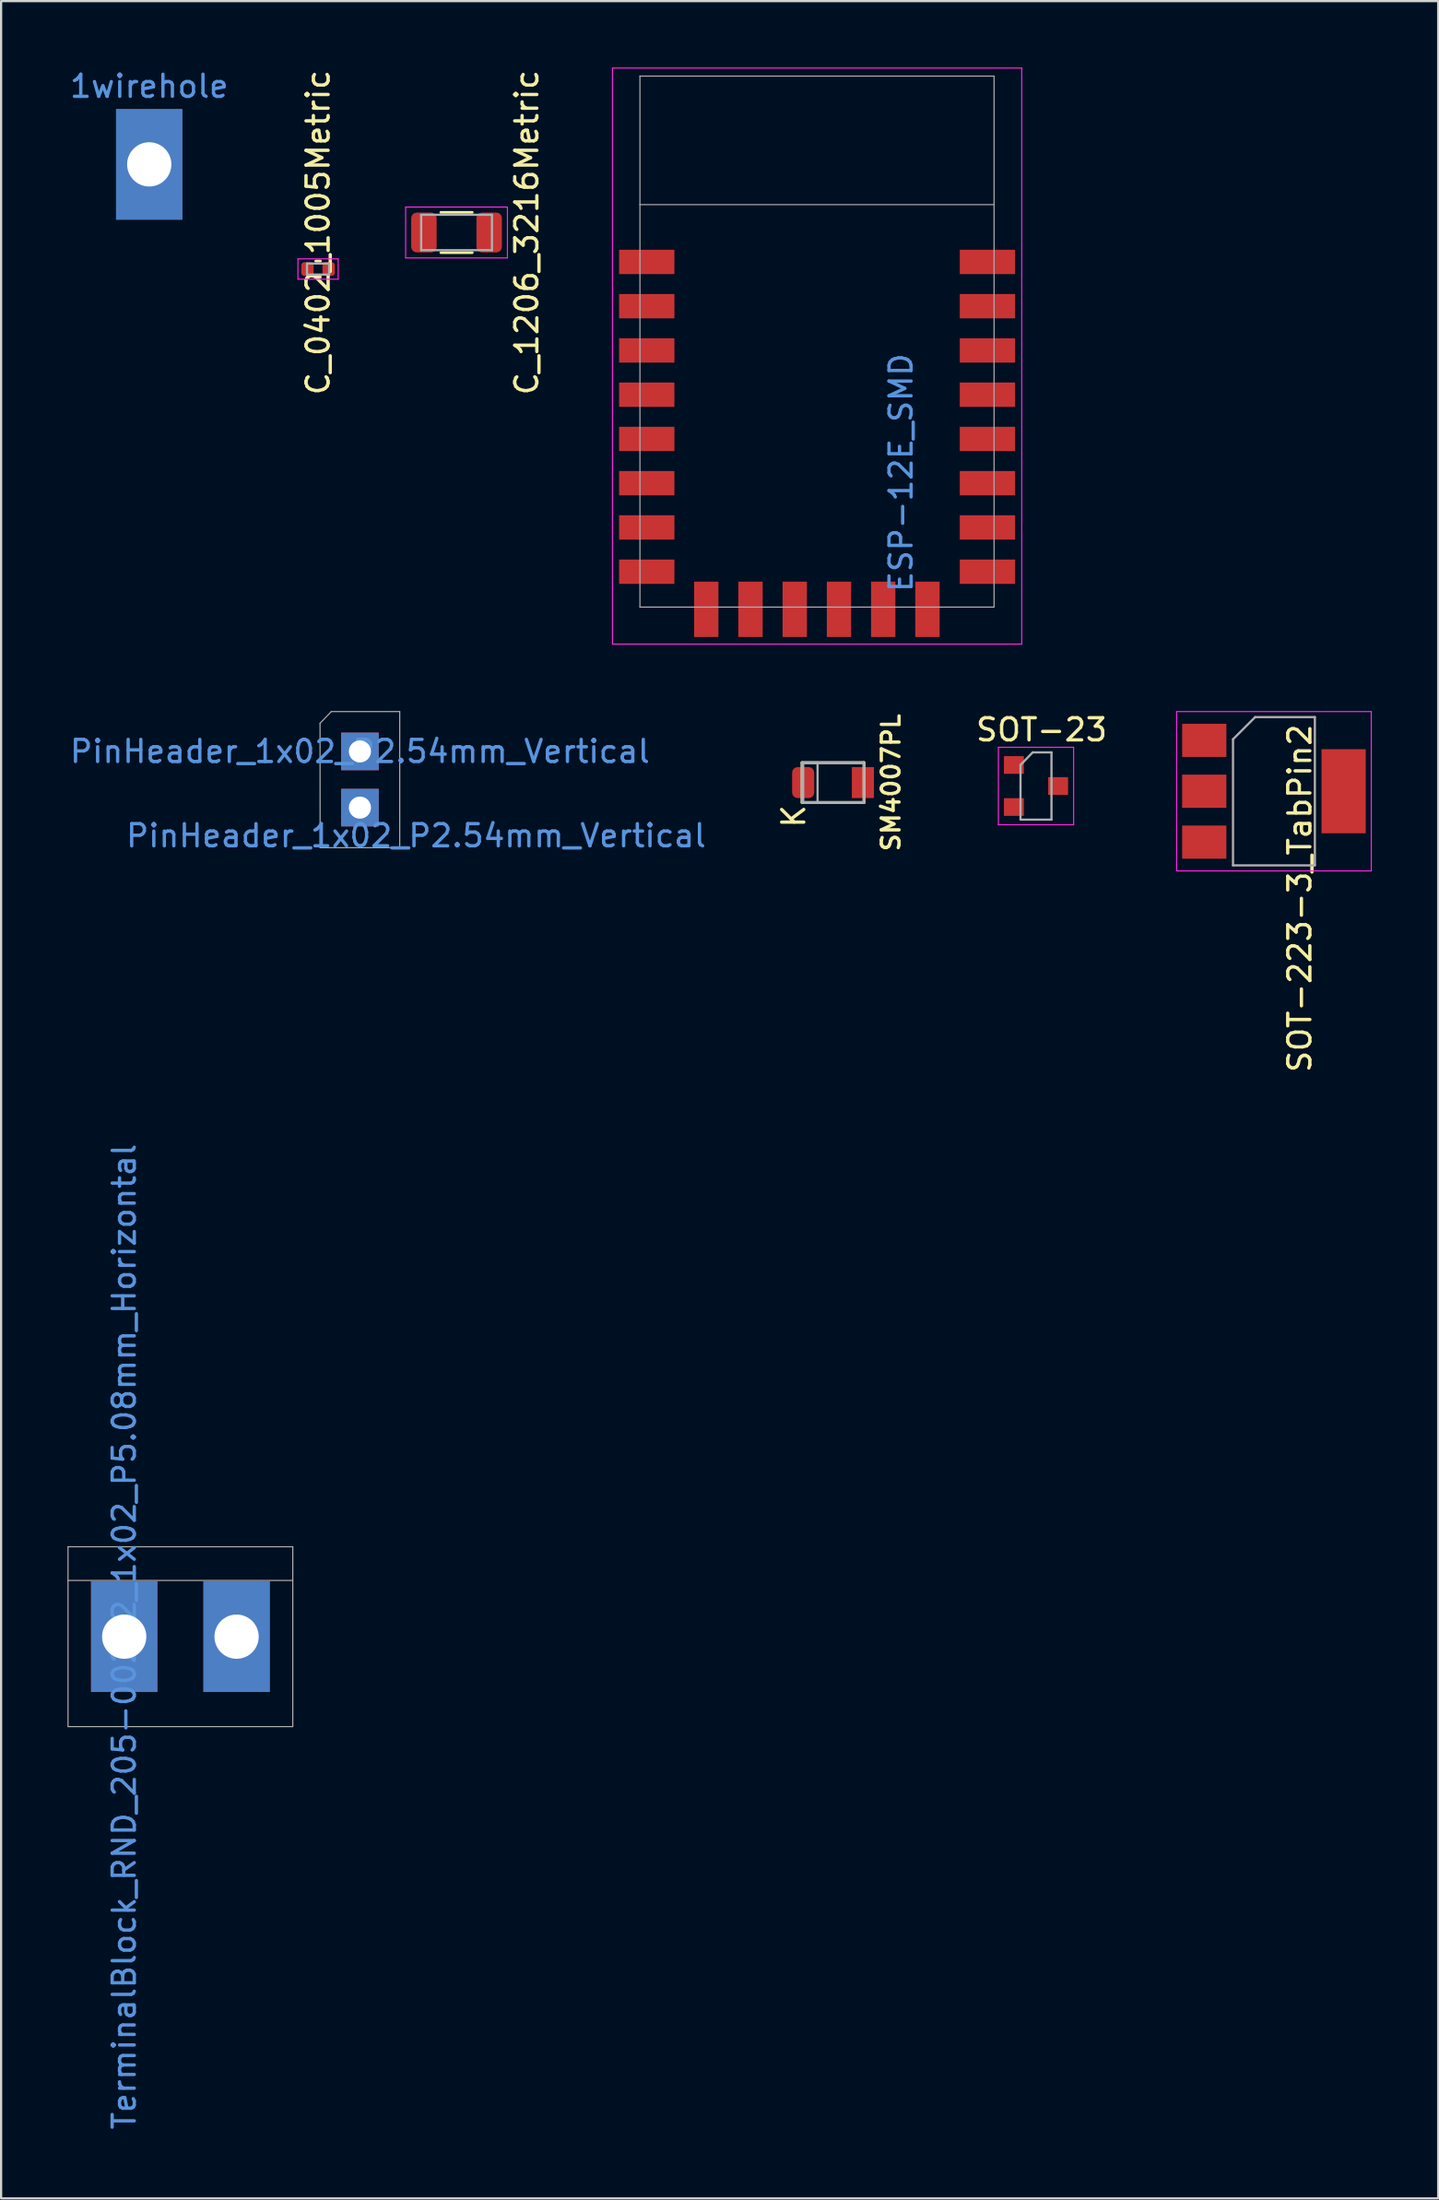
<source format=kicad_pcb>
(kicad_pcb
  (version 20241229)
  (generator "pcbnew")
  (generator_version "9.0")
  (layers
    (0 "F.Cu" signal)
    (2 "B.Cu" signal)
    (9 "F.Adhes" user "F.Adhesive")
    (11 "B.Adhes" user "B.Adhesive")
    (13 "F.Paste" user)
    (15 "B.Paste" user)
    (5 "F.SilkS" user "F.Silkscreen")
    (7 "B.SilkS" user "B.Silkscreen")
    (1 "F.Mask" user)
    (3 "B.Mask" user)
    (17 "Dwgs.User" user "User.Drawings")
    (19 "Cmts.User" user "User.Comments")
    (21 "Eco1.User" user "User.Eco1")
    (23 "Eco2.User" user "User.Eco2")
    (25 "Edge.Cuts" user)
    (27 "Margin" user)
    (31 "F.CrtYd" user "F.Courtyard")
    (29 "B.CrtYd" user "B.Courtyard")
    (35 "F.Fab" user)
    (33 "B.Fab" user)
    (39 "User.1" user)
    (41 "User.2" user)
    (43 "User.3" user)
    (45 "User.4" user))
  (footprint "C_1206_3216Metric"
    (layer "F.Cu")
    (at 17.588 7.458)
    (property "Reference" "C_1206_3216Metric" (at 3.175 0 90) (layer "F.SilkS") (effects (font (size 1 1) (thickness 0.15))))
    (attr smd)
    (fp_line (start -0.711 -0.91) (end 0.711 -0.91) (stroke (width 0.12) (type solid)) (layer "F.SilkS"))
    (fp_line (start -0.711 0.91) (end 0.711 0.91) (stroke (width 0.12) (type solid)) (layer "F.SilkS"))
    (fp_line (start -2.3 -1.15) (end 2.3 -1.15) (stroke (width 0.05) (type solid)) (layer "F.CrtYd"))
    (fp_line (start -2.3 1.15) (end -2.3 -1.15) (stroke (width 0.05) (type solid)) (layer "F.CrtYd"))
    (fp_line (start 2.3 -1.15) (end 2.3 1.15) (stroke (width 0.05) (type solid)) (layer "F.CrtYd"))
    (fp_line (start 2.3 1.15) (end -2.3 1.15) (stroke (width 0.05) (type solid)) (layer "F.CrtYd"))
    (fp_line (start -1.6 -0.8) (end 1.6 -0.8) (stroke (width 0.1) (type solid)) (layer "F.Fab"))
    (fp_line (start -1.6 0.8) (end -1.6 -0.8) (stroke (width 0.1) (type solid)) (layer "F.Fab"))
    (fp_line (start 1.6 -0.8) (end 1.6 0.8) (stroke (width 0.1) (type solid)) (layer "F.Fab"))
    (fp_line (start 1.6 0.8) (end -1.6 0.8) (stroke (width 0.1) (type solid)) (layer "F.Fab"))
    (pad "1" smd roundrect (at -1.475 0 180) (size 1.15 1.8) (layers "F.Cu" "F.Mask" "F.Paste") (roundrect_rratio 0.217))
    (pad "2" smd roundrect (at 1.475 0 180) (size 1.15 1.8) (layers "F.Cu" "F.Mask" "F.Paste") (roundrect_rratio 0.217)))
  (footprint "SOT-223-3_TabPin2"
    (layer "F.Cu")
    (at 54.538 32.71)
    (property "Reference" "SOT-223-3_TabPin2" (at 1.168 4.84 90) (layer "F.SilkS") (effects (font (size 1 1) (thickness 0.15))))
    (attr smd)
    (fp_line (start -4.4 -3.6) (end -4.4 3.6) (stroke (width 0.05) (type solid)) (layer "F.CrtYd"))
    (fp_line (start -4.4 3.6) (end 4.4 3.6) (stroke (width 0.05) (type solid)) (layer "F.CrtYd"))
    (fp_line (start 4.4 -3.6) (end -4.4 -3.6) (stroke (width 0.05) (type solid)) (layer "F.CrtYd"))
    (fp_line (start 4.4 3.6) (end 4.4 -3.6) (stroke (width 0.05) (type solid)) (layer "F.CrtYd"))
    (fp_line (start -1.85 -2.35) (end -1.85 3.35) (stroke (width 0.1) (type solid)) (layer "F.Fab"))
    (fp_line (start -1.85 -2.35) (end -0.85 -3.35) (stroke (width 0.1) (type solid)) (layer "F.Fab"))
    (fp_line (start -1.85 3.35) (end 1.85 3.35) (stroke (width 0.1) (type solid)) (layer "F.Fab"))
    (fp_line (start -0.85 -3.35) (end 1.85 -3.35) (stroke (width 0.1) (type solid)) (layer "F.Fab"))
    (fp_line (start 1.85 -3.35) (end 1.85 3.35) (stroke (width 0.1) (type solid)) (layer "F.Fab"))
    (pad "1" smd rect (at -3.15 -2.3 180) (size 2 1.5) (layers "F.Cu" "F.Mask" "F.Paste"))
    (pad "2" smd rect (at -3.15 0 180) (size 2 1.5) (layers "F.Cu" "F.Mask" "F.Paste"))
    (pad "2" smd rect (at 3.15 0 180) (size 2 3.8) (layers "F.Cu" "F.Mask" "F.Paste"))
    (pad "3" smd rect (at -3.15 2.3 180) (size 2 1.5) (layers "F.Cu" "F.Mask" "F.Paste")))
  (footprint "1wirehole"
    (layer "F.Cu")
    (at 3.696 4.379)
    (property "Reference" "1wirehole" (at 0 -3.531 0) (layer "Cmts.User") (effects (font (size 1 1) (thickness 0.15))))
    (attr smd)
    (pad "1" thru_hole rect (at 0 0) (size 3 5) (drill 2) (layers "*.Cu" "*.Mask")))
  (footprint "SM4007PL"
    (layer "F.Cu")
    (at 34.607 32.319)
    (property "Reference" "SM4007PL" (at 2.62 0 90) (layer "F.SilkS") (effects (font (size 0.801 0.801) (thickness 0.15))))
    (attr smd)
    (fp_line (start -1.4 -0.9) (end 1.4 -0.9) (stroke (width 0.127) (type solid)) (layer "F.SilkS"))
    (fp_line (start -1.4 0.9) (end -1.4 -0.9) (stroke (width 0.127) (type solid)) (layer "F.SilkS"))
    (fp_line (start 1.4 -0.9) (end 1.4 0.9) (stroke (width 0.127) (type solid)) (layer "F.SilkS"))
    (fp_line (start 1.4 0.9) (end -1.4 0.9) (stroke (width 0.127) (type solid)) (layer "F.SilkS"))
    (fp_line (start -1.4 -0.9) (end -1.4 0.9) (stroke (width 0.12) (type solid)) (layer "F.Fab"))
    (fp_line (start -1.35 0.9) (end 1.4 0.9) (stroke (width 0.12) (type solid)) (layer "F.Fab"))
    (fp_line (start 1.4 -0.9) (end -1.4 -0.9) (stroke (width 0.12) (type solid)) (layer "F.Fab"))
    (fp_line (start 1.4 0.9) (end 1.4 -0.9) (stroke (width 0.12) (type solid)) (layer "F.Fab"))
    (fp_poly (pts (xy -0.7 0.9) (xy -1.35 0.9) (xy -1.35 -0.9) (xy -0.7 -0.9)) (stroke (width 0.1) (type solid)) (fill no) (layer "F.Fab"))
    (fp_text user "K" (at -1.778 1.524 90) (layer "F.SilkS") (effects (font (size 1 1) (thickness 0.15))))
    (pad "1" smd roundrect (at -1.35 0 180) (size 1 1.4) (layers "F.Cu" "F.Mask" "F.Paste") (roundrect_rratio 0.25))
    (pad "2" smd rect (at 1.35 0 180) (size 1 1.4) (layers "F.Cu" "F.Mask" "F.Paste")))
  (footprint "C_0402_1005Metric"
    (layer "F.Cu")
    (at 11.328 9.109)
    (property "Reference" "C_0402_1005Metric" (at 0 -1.651 90) (layer "F.SilkS") (effects (font (size 1 1) (thickness 0.15))))
    (attr smd)
    (fp_line (start -0.108 -0.36) (end 0.108 -0.36) (stroke (width 0.12) (type solid)) (layer "F.SilkS"))
    (fp_line (start -0.108 0.36) (end 0.108 0.36) (stroke (width 0.12) (type solid)) (layer "F.SilkS"))
    (fp_line (start -0.91 -0.46) (end 0.91 -0.46) (stroke (width 0.05) (type solid)) (layer "F.CrtYd"))
    (fp_line (start -0.91 0.46) (end -0.91 -0.46) (stroke (width 0.05) (type solid)) (layer "F.CrtYd"))
    (fp_line (start 0.91 -0.46) (end 0.91 0.46) (stroke (width 0.05) (type solid)) (layer "F.CrtYd"))
    (fp_line (start 0.91 0.46) (end -0.91 0.46) (stroke (width 0.05) (type solid)) (layer "F.CrtYd"))
    (fp_line (start -0.5 -0.25) (end 0.5 -0.25) (stroke (width 0.1) (type solid)) (layer "F.Fab"))
    (fp_line (start -0.5 0.25) (end -0.5 -0.25) (stroke (width 0.1) (type solid)) (layer "F.Fab"))
    (fp_line (start 0.5 -0.25) (end 0.5 0.25) (stroke (width 0.1) (type solid)) (layer "F.Fab"))
    (fp_line (start 0.5 0.25) (end -0.5 0.25) (stroke (width 0.1) (type solid)) (layer "F.Fab"))
    (pad "1" smd roundrect (at -0.48 0 180) (size 0.56 0.62) (layers "F.Cu" "F.Mask" "F.Paste") (roundrect_rratio 0.25))
    (pad "2" smd roundrect (at 0.48 0 180) (size 0.56 0.62) (layers "F.Cu" "F.Mask" "F.Paste") (roundrect_rratio 0.25)))
  (footprint "PinHeader_1x02_P2.54mm_Vertical"
    (layer "F.Cu")
    (at 13.22 30.91)
    (property "Reference" "PinHeader_1x02_P2.54mm_Vertical" (at 0 0 0) (layer "Cmts.User") (effects (font (size 1 1) (thickness 0.15))))
    (attr smd)
    (fp_line (start -1.803 -1.27) (end -1.8 4.35) (stroke (width 0.05) (type solid)) (layer "F.Fab"))
    (fp_line (start -1.803 -1.27) (end -1.295 -1.8) (stroke (width 0.05) (type solid)) (layer "F.Fab"))
    (fp_line (start -1.8 4.35) (end 1.8 4.35) (stroke (width 0.05) (type solid)) (layer "F.Fab"))
    (fp_line (start 1.8 -1.8) (end -1.295 -1.8) (stroke (width 0.05) (type solid)) (layer "F.Fab"))
    (fp_line (start 1.8 4.35) (end 1.8 -1.8) (stroke (width 0.05) (type solid)) (layer "F.Fab"))
    (fp_text user "${REFERENCE}" (at 2.54 3.81 180) (layer "Cmts.User") (effects (font (size 1 1) (thickness 0.15))))
    (pad "1" thru_hole rect (at 0 0) (size 1.7 1.7) (drill 1) (layers "*.Cu" "*.Mask"))
    (pad "2" thru_hole rect (at 0 2.54) (size 1.7 1.7) (drill 1) (layers "*.Cu" "*.Mask")))
  (footprint "ESP-12E_SMD"
    (layer "F.Cu")
    (at 26.886 8.788)
    (property "Reference" "ESP-12E_SMD" (at 10.795 9.525 270) (layer "Cmts.User") (effects (font (size 1 1) (thickness 0.15))))
    (attr smd)
    (fp_line (start -2.25 -8.763) (end 16.25 -8.763) (stroke (width 0.05) (type solid)) (layer "F.CrtYd"))
    (fp_line (start -2.25 17.272) (end -2.25 -8.763) (stroke (width 0.05) (type solid)) (layer "F.CrtYd"))
    (fp_line (start 16.25 -8.763) (end 16.25 17.272) (stroke (width 0.05) (type solid)) (layer "F.CrtYd"))
    (fp_line (start 16.25 17.272) (end -2.25 17.272) (stroke (width 0.05) (type solid)) (layer "F.CrtYd"))
    (fp_line (start -1.016 -2.591) (end 14.986 -2.591) (stroke (width 0.05) (type solid)) (layer "F.Fab"))
    (fp_line (start -1.008 -8.4) (end 15 -8.4) (stroke (width 0.05) (type solid)) (layer "F.Fab"))
    (fp_line (start -1.008 15.6) (end -1.008 -8.4) (stroke (width 0.05) (type solid)) (layer "F.Fab"))
    (fp_line (start 14.992 15.6) (end -1.008 15.6) (stroke (width 0.05) (type solid)) (layer "F.Fab"))
    (fp_line (start 15 -8.4) (end 15 15.6) (stroke (width 0.05) (type solid)) (layer "F.Fab"))
    (pad "1" smd rect (at 0 0) (size 2.5 1.1) (drill (offset -0.7 0)) (layers "F.Cu" "F.Mask" "F.Paste"))
    (pad "2" smd rect (at 0 2) (size 2.5 1.1) (drill (offset -0.7 0)) (layers "F.Cu" "F.Mask" "F.Paste"))
    (pad "3" smd rect (at 0 4) (size 2.5 1.1) (drill (offset -0.7 0)) (layers "F.Cu" "F.Mask" "F.Paste"))
    (pad "4" smd rect (at 0 6) (size 2.5 1.1) (drill (offset -0.7 0)) (layers "F.Cu" "F.Mask" "F.Paste"))
    (pad "5" smd rect (at 0 8) (size 2.5 1.1) (drill (offset -0.7 0)) (layers "F.Cu" "F.Mask" "F.Paste"))
    (pad "6" smd rect (at 0 10) (size 2.5 1.1) (drill (offset -0.7 0)) (layers "F.Cu" "F.Mask" "F.Paste"))
    (pad "7" smd rect (at 0 12) (size 2.5 1.1) (drill (offset -0.7 0)) (layers "F.Cu" "F.Mask" "F.Paste"))
    (pad "8" smd rect (at 0 14) (size 2.5 1.1) (drill (offset -0.7 0)) (layers "F.Cu" "F.Mask" "F.Paste"))
    (pad "9" smd rect (at 14 14) (size 2.5 1.1) (drill (offset 0.7 0)) (layers "F.Cu" "F.Mask" "F.Paste"))
    (pad "10" smd rect (at 14 12) (size 2.5 1.1) (drill (offset 0.7 0)) (layers "F.Cu" "F.Mask" "F.Paste"))
    (pad "11" smd rect (at 14 10) (size 2.5 1.1) (drill (offset 0.7 0)) (layers "F.Cu" "F.Mask" "F.Paste"))
    (pad "12" smd rect (at 14 8) (size 2.5 1.1) (drill (offset 0.7 0)) (layers "F.Cu" "F.Mask" "F.Paste"))
    (pad "13" smd rect (at 14 6) (size 2.5 1.1) (drill (offset 0.7 0)) (layers "F.Cu" "F.Mask" "F.Paste"))
    (pad "14" smd rect (at 14 4) (size 2.5 1.1) (drill (offset 0.7 0)) (layers "F.Cu" "F.Mask" "F.Paste"))
    (pad "15" smd rect (at 14 2) (size 2.5 1.1) (drill (offset 0.7 0)) (layers "F.Cu" "F.Mask" "F.Paste"))
    (pad "16" smd rect (at 14 0) (size 2.5 1.1) (drill (offset 0.7 0)) (layers "F.Cu" "F.Mask" "F.Paste"))
    (pad "17" smd rect (at 1.99 15 90) (size 2.5 1.1) (drill (offset -0.7 0)) (layers "F.Cu" "F.Mask" "F.Paste"))
    (pad "18" smd rect (at 3.99 15 90) (size 2.5 1.1) (drill (offset -0.7 0)) (layers "F.Cu" "F.Mask" "F.Paste"))
    (pad "19" smd rect (at 5.99 15 90) (size 2.5 1.1) (drill (offset -0.7 0)) (layers "F.Cu" "F.Mask" "F.Paste"))
    (pad "20" smd rect (at 7.99 15 90) (size 2.5 1.1) (drill (offset -0.7 0)) (layers "F.Cu" "F.Mask" "F.Paste"))
    (pad "21" smd rect (at 9.99 15 90) (size 2.5 1.1) (drill (offset -0.7 0)) (layers "F.Cu" "F.Mask" "F.Paste"))
    (pad "22" smd rect (at 11.99 15 90) (size 2.5 1.1) (drill (offset -0.7 0)) (layers "F.Cu" "F.Mask" "F.Paste")))
  (footprint "TerminalBlock_RND_205-00232_1x02_P5.08mm_Horizontal"
    (layer "F.Cu")
    (at 2.565 70.919)
    (property "Reference" "TerminalBlock_RND_205-00232_1x02_P5.08mm_Horizontal" (at 0 0 90) (layer "Cmts.User") (effects (font (size 1 1) (thickness 0.15))))
    (attr smd)
    (fp_line (start -2.54 -4.064) (end -2.54 4.064) (stroke (width 0.05) (type solid)) (layer "F.Fab"))
    (fp_line (start -2.54 -2.54) (end 7.62 -2.54) (stroke (width 0.05) (type solid)) (layer "F.Fab"))
    (fp_line (start -2.54 4.064) (end 7.62 4.064) (stroke (width 0.05) (type solid)) (layer "F.Fab"))
    (fp_line (start 7.62 -4.064) (end -2.54 -4.064) (stroke (width 0.05) (type solid)) (layer "F.Fab"))
    (fp_line (start 7.62 4.064) (end 7.62 -4.064) (stroke (width 0.05) (type solid)) (layer "F.Fab"))
    (pad "1" thru_hole rect (at 0 0) (size 3 5) (drill 2) (layers "*.Cu" "*.Mask"))
    (pad "2" thru_hole rect (at 5.08 0) (size 3 5) (drill 2) (layers "*.Cu" "*.Mask")))
  (footprint "SOT-23"
    (layer "F.Cu")
    (at 43.782 32.473)
    (property "Reference" "SOT-23" (at 0.254 -2.54 0) (layer "F.SilkS") (effects (font (size 1 1) (thickness 0.15))))
    (attr smd)
    (fp_line (start -1.7 -1.75) (end 1.7 -1.75) (stroke (width 0.05) (type solid)) (layer "F.CrtYd"))
    (fp_line (start -1.7 1.75) (end -1.7 -1.75) (stroke (width 0.05) (type solid)) (layer "F.CrtYd"))
    (fp_line (start 1.7 -1.75) (end 1.7 1.75) (stroke (width 0.05) (type solid)) (layer "F.CrtYd"))
    (fp_line (start 1.7 1.75) (end -1.7 1.75) (stroke (width 0.05) (type solid)) (layer "F.CrtYd"))
    (fp_line (start -0.7 -0.95) (end -0.7 1.5) (stroke (width 0.1) (type solid)) (layer "F.Fab"))
    (fp_line (start -0.7 -0.95) (end -0.15 -1.52) (stroke (width 0.1) (type solid)) (layer "F.Fab"))
    (fp_line (start -0.7 1.52) (end 0.7 1.52) (stroke (width 0.1) (type solid)) (layer "F.Fab"))
    (fp_line (start -0.15 -1.52) (end 0.7 -1.52) (stroke (width 0.1) (type solid)) (layer "F.Fab"))
    (fp_line (start 0.7 -1.52) (end 0.7 1.52) (stroke (width 0.1) (type solid)) (layer "F.Fab"))
    (pad "1" smd rect (at -1 -0.95 180) (size 0.9 0.8) (layers "F.Cu" "F.Mask" "F.Paste"))
    (pad "2" smd rect (at -1 0.95 180) (size 0.9 0.8) (layers "F.Cu" "F.Mask" "F.Paste"))
    (pad "3" smd rect (at 1 0 180) (size 0.9 0.8) (layers "F.Cu" "F.Mask" "F.Paste")))
  (gr_rect
    (start -3 -3)
    (end 61.963 96.306)
    (stroke (width 0.1) (type default))
    (fill no)
    (layer "Edge.Cuts")))
</source>
